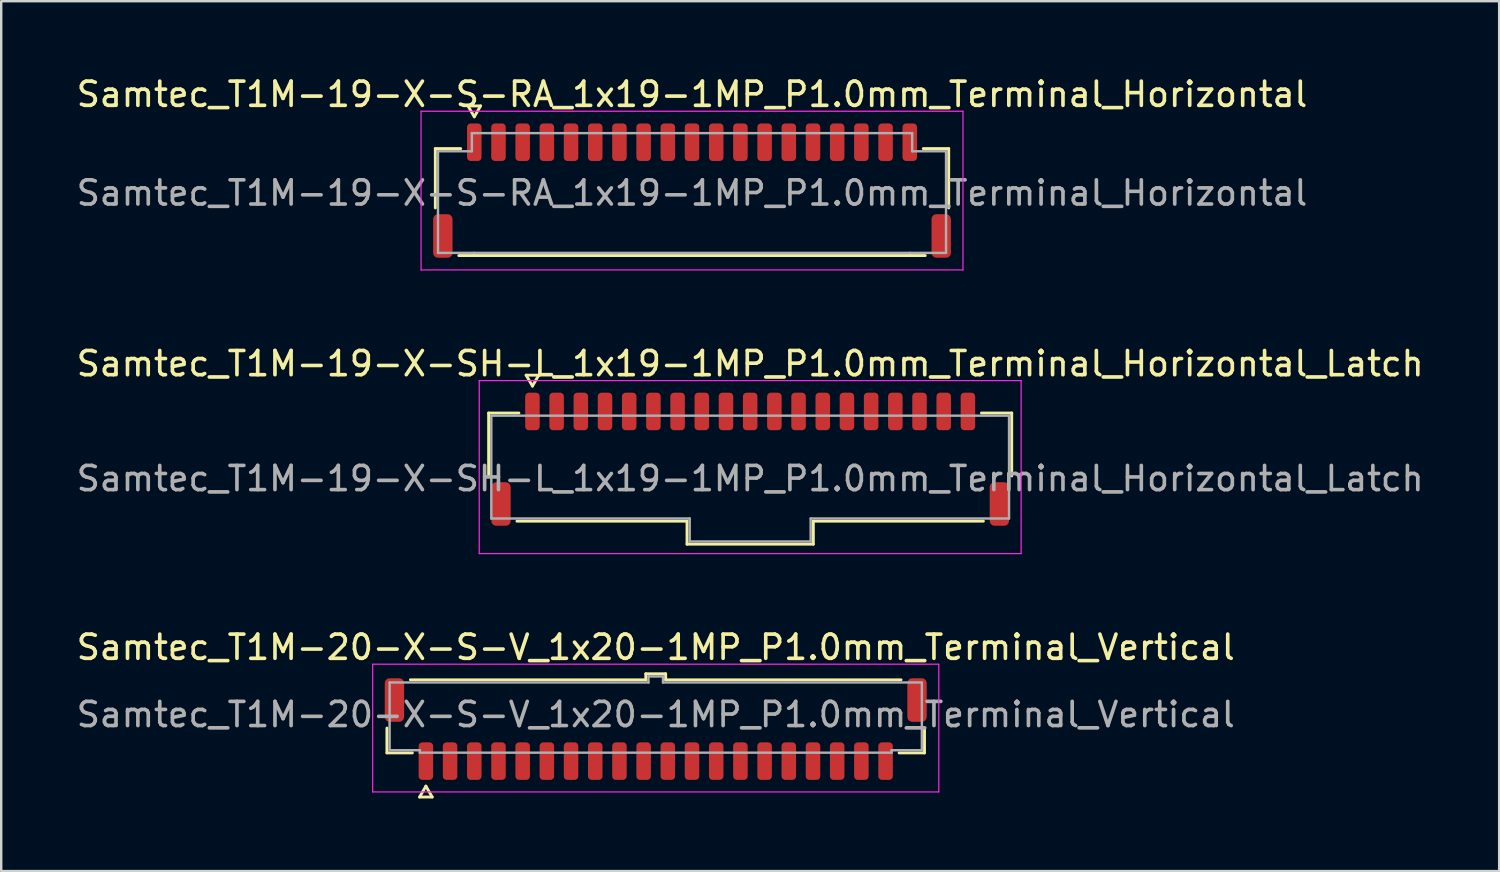
<source format=kicad_pcb>
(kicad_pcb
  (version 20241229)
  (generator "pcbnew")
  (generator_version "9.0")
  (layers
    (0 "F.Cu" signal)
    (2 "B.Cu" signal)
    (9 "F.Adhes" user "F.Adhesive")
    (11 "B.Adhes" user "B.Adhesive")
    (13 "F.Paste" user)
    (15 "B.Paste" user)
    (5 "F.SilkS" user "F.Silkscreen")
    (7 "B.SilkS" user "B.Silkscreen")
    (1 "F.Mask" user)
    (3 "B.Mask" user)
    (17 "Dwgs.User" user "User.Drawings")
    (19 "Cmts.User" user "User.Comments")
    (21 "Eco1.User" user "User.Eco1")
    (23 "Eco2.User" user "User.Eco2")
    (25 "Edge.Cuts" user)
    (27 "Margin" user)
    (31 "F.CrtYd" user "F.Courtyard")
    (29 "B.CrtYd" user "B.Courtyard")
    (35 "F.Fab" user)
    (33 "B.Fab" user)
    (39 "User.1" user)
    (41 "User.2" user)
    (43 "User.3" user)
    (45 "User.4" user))
  (footprint "Samtec_T1M-20-X-S-V_1x20-1MP_P1.0mm_Terminal_Vertical"
    (layer "F.Cu")
    (at 24.054 26.485)
    (property "Reference" "Samtec_T1M-20-X-S-V_1x20-1MP_P1.0mm_Terminal_Vertical" (at 0 -2.78 0) (layer "F.SilkS") (effects (font (size 1 1) (thickness 0.15))))
    (attr smd)
    (fp_line (start -11.11 1.585) (end -11.11 0.56) (stroke (width 0.12) (type solid)) (layer "F.SilkS"))
    (fp_line (start -10.14 -1.435) (end -0.41 -1.435) (stroke (width 0.12) (type solid)) (layer "F.SilkS"))
    (fp_line (start -10.06 1.585) (end -11.11 1.585) (stroke (width 0.12) (type solid)) (layer "F.SilkS"))
    (fp_line (start -9.76 3.41) (end -9.5 2.96) (stroke (width 0.12) (type solid)) (layer "F.SilkS"))
    (fp_line (start -9.5 2.96) (end -9.24 3.41) (stroke (width 0.12) (type solid)) (layer "F.SilkS"))
    (fp_line (start -9.24 3.41) (end -9.76 3.41) (stroke (width 0.12) (type solid)) (layer "F.SilkS"))
    (fp_line (start -0.41 -1.685) (end 0.41 -1.685) (stroke (width 0.12) (type solid)) (layer "F.SilkS"))
    (fp_line (start -0.41 -1.435) (end -0.41 -1.685) (stroke (width 0.12) (type solid)) (layer "F.SilkS"))
    (fp_line (start 0.41 -1.685) (end 0.41 -1.435) (stroke (width 0.12) (type solid)) (layer "F.SilkS"))
    (fp_line (start 0.41 -1.435) (end 10.14 -1.435) (stroke (width 0.12) (type solid)) (layer "F.SilkS"))
    (fp_line (start 11.11 0.56) (end 11.11 1.585) (stroke (width 0.12) (type solid)) (layer "F.SilkS"))
    (fp_line (start 11.11 1.585) (end 10.06 1.585) (stroke (width 0.12) (type solid)) (layer "F.SilkS"))
    (fp_line (start -11.7 -2.08) (end -11.7 3.2) (stroke (width 0.05) (type solid)) (layer "F.CrtYd"))
    (fp_line (start -11.7 3.2) (end 11.7 3.2) (stroke (width 0.05) (type solid)) (layer "F.CrtYd"))
    (fp_line (start 11.7 -2.08) (end -11.7 -2.08) (stroke (width 0.05) (type solid)) (layer "F.CrtYd"))
    (fp_line (start 11.7 3.2) (end 11.7 -2.08) (stroke (width 0.05) (type solid)) (layer "F.CrtYd"))
    (fp_line (start -11 -1.325) (end -0.3 -1.325) (stroke (width 0.1) (type solid)) (layer "F.Fab"))
    (fp_line (start -11 1.475) (end -11 -1.325) (stroke (width 0.1) (type solid)) (layer "F.Fab"))
    (fp_line (start -9.75 1.475) (end -11 1.475) (stroke (width 0.1) (type solid)) (layer "F.Fab"))
    (fp_line (start -9.75 1.575) (end -9.75 1.475) (stroke (width 0.1) (type solid)) (layer "F.Fab"))
    (fp_line (start -0.3 -1.575) (end 0.3 -1.575) (stroke (width 0.1) (type solid)) (layer "F.Fab"))
    (fp_line (start -0.3 -1.325) (end -0.3 -1.575) (stroke (width 0.1) (type solid)) (layer "F.Fab"))
    (fp_line (start 0.3 -1.575) (end 0.3 -1.325) (stroke (width 0.1) (type solid)) (layer "F.Fab"))
    (fp_line (start 0.3 -1.325) (end 11 -1.325) (stroke (width 0.1) (type solid)) (layer "F.Fab"))
    (fp_line (start 9.75 1.475) (end 9.75 1.575) (stroke (width 0.1) (type solid)) (layer "F.Fab"))
    (fp_line (start 9.75 1.575) (end -9.75 1.575) (stroke (width 0.1) (type solid)) (layer "F.Fab"))
    (fp_line (start 11 -1.325) (end 11 1.475) (stroke (width 0.1) (type solid)) (layer "F.Fab"))
    (fp_line (start 11 1.475) (end 9.75 1.475) (stroke (width 0.1) (type solid)) (layer "F.Fab"))
    (fp_text user "${REFERENCE}" (at 0 0 0) (layer "F.Fab") (effects (font (size 1 1) (thickness 0.15))))
    (pad "1" smd roundrect (at -9.5 1.925) (size 0.6 1.55) (layers "F.Cu" "F.Mask" "F.Paste") (roundrect_rratio 0.25))
    (pad "2" smd roundrect (at -8.5 1.925) (size 0.6 1.55) (layers "F.Cu" "F.Mask" "F.Paste") (roundrect_rratio 0.25))
    (pad "3" smd roundrect (at -7.5 1.925) (size 0.6 1.55) (layers "F.Cu" "F.Mask" "F.Paste") (roundrect_rratio 0.25))
    (pad "4" smd roundrect (at -6.5 1.925) (size 0.6 1.55) (layers "F.Cu" "F.Mask" "F.Paste") (roundrect_rratio 0.25))
    (pad "5" smd roundrect (at -5.5 1.925) (size 0.6 1.55) (layers "F.Cu" "F.Mask" "F.Paste") (roundrect_rratio 0.25))
    (pad "6" smd roundrect (at -4.5 1.925) (size 0.6 1.55) (layers "F.Cu" "F.Mask" "F.Paste") (roundrect_rratio 0.25))
    (pad "7" smd roundrect (at -3.5 1.925) (size 0.6 1.55) (layers "F.Cu" "F.Mask" "F.Paste") (roundrect_rratio 0.25))
    (pad "8" smd roundrect (at -2.5 1.925) (size 0.6 1.55) (layers "F.Cu" "F.Mask" "F.Paste") (roundrect_rratio 0.25))
    (pad "9" smd roundrect (at -1.5 1.925) (size 0.6 1.55) (layers "F.Cu" "F.Mask" "F.Paste") (roundrect_rratio 0.25))
    (pad "10" smd roundrect (at -0.5 1.925) (size 0.6 1.55) (layers "F.Cu" "F.Mask" "F.Paste") (roundrect_rratio 0.25))
    (pad "11" smd roundrect (at 0.5 1.925) (size 0.6 1.55) (layers "F.Cu" "F.Mask" "F.Paste") (roundrect_rratio 0.25))
    (pad "12" smd roundrect (at 1.5 1.925) (size 0.6 1.55) (layers "F.Cu" "F.Mask" "F.Paste") (roundrect_rratio 0.25))
    (pad "13" smd roundrect (at 2.5 1.925) (size 0.6 1.55) (layers "F.Cu" "F.Mask" "F.Paste") (roundrect_rratio 0.25))
    (pad "14" smd roundrect (at 3.5 1.925) (size 0.6 1.55) (layers "F.Cu" "F.Mask" "F.Paste") (roundrect_rratio 0.25))
    (pad "15" smd roundrect (at 4.5 1.925) (size 0.6 1.55) (layers "F.Cu" "F.Mask" "F.Paste") (roundrect_rratio 0.25))
    (pad "16" smd roundrect (at 5.5 1.925) (size 0.6 1.55) (layers "F.Cu" "F.Mask" "F.Paste") (roundrect_rratio 0.25))
    (pad "17" smd roundrect (at 6.5 1.925) (size 0.6 1.55) (layers "F.Cu" "F.Mask" "F.Paste") (roundrect_rratio 0.25))
    (pad "18" smd roundrect (at 7.5 1.925) (size 0.6 1.55) (layers "F.Cu" "F.Mask" "F.Paste") (roundrect_rratio 0.25))
    (pad "19" smd roundrect (at 8.5 1.925) (size 0.6 1.55) (layers "F.Cu" "F.Mask" "F.Paste") (roundrect_rratio 0.25))
    (pad "20" smd roundrect (at 9.5 1.925) (size 0.6 1.55) (layers "F.Cu" "F.Mask" "F.Paste") (roundrect_rratio 0.25))
    (pad "MP" smd roundrect (at -10.8 -0.6) (size 0.8 1.8) (layers "F.Cu" "F.Mask" "F.Paste") (roundrect_rratio 0.25))
    (pad "MP" smd roundrect (at 10.8 -0.6) (size 0.8 1.8) (layers "F.Cu" "F.Mask" "F.Paste") (roundrect_rratio 0.25)))
  (footprint "Samtec_T1M-19-X-SH-L_1x19-1MP_P1.0mm_Terminal_Horizontal_Latch"
    (layer "F.Cu")
    (at 27.958 16.732)
    (property "Reference" "Samtec_T1M-19-X-SH-L_1x19-1MP_P1.0mm_Terminal_Horizontal_Latch" (at 0 -4.75 0) (layer "F.SilkS") (effects (font (size 1 1) (thickness 0.15))))
    (attr smd)
    (fp_line (start -10.81 -2.71) (end -9.56 -2.71) (stroke (width 0.12) (type solid)) (layer "F.SilkS"))
    (fp_line (start -10.81 -0.11) (end -10.81 -2.71) (stroke (width 0.12) (type solid)) (layer "F.SilkS"))
    (fp_line (start -9.26 -4.275) (end -9 -3.825) (stroke (width 0.12) (type solid)) (layer "F.SilkS"))
    (fp_line (start -9 -3.825) (end -8.74 -4.275) (stroke (width 0.12) (type solid)) (layer "F.SilkS"))
    (fp_line (start -8.74 -4.275) (end -9.26 -4.275) (stroke (width 0.12) (type solid)) (layer "F.SilkS"))
    (fp_line (start -2.61 1.76) (end -9.64 1.76) (stroke (width 0.12) (type solid)) (layer "F.SilkS"))
    (fp_line (start -2.61 2.71) (end -2.61 1.76) (stroke (width 0.12) (type solid)) (layer "F.SilkS"))
    (fp_line (start 2.61 1.76) (end 2.61 2.71) (stroke (width 0.12) (type solid)) (layer "F.SilkS"))
    (fp_line (start 2.61 2.71) (end -2.61 2.71) (stroke (width 0.12) (type solid)) (layer "F.SilkS"))
    (fp_line (start 9.56 -2.71) (end 10.81 -2.71) (stroke (width 0.12) (type solid)) (layer "F.SilkS"))
    (fp_line (start 9.64 1.76) (end 2.61 1.76) (stroke (width 0.12) (type solid)) (layer "F.SilkS"))
    (fp_line (start 10.81 -2.71) (end 10.81 -0.11) (stroke (width 0.12) (type solid)) (layer "F.SilkS"))
    (fp_line (start -11.2 -4.05) (end -11.2 3.1) (stroke (width 0.05) (type solid)) (layer "F.CrtYd"))
    (fp_line (start -11.2 3.1) (end 11.2 3.1) (stroke (width 0.05) (type solid)) (layer "F.CrtYd"))
    (fp_line (start 11.2 -4.05) (end -11.2 -4.05) (stroke (width 0.05) (type solid)) (layer "F.CrtYd"))
    (fp_line (start 11.2 3.1) (end 11.2 -4.05) (stroke (width 0.05) (type solid)) (layer "F.CrtYd"))
    (fp_line (start -10.7 -2.6) (end 10.7 -2.6) (stroke (width 0.1) (type solid)) (layer "F.Fab"))
    (fp_line (start -10.7 1.65) (end -10.7 -2.6) (stroke (width 0.1) (type solid)) (layer "F.Fab"))
    (fp_line (start -2.5 1.65) (end -10.7 1.65) (stroke (width 0.1) (type solid)) (layer "F.Fab"))
    (fp_line (start -2.5 2.6) (end -2.5 1.65) (stroke (width 0.1) (type solid)) (layer "F.Fab"))
    (fp_line (start 2.5 1.65) (end 2.5 2.6) (stroke (width 0.1) (type solid)) (layer "F.Fab"))
    (fp_line (start 2.5 2.6) (end -2.5 2.6) (stroke (width 0.1) (type solid)) (layer "F.Fab"))
    (fp_line (start 10.7 -2.6) (end 10.7 1.65) (stroke (width 0.1) (type solid)) (layer "F.Fab"))
    (fp_line (start 10.7 1.65) (end 2.5 1.65) (stroke (width 0.1) (type solid)) (layer "F.Fab"))
    (fp_text user "${REFERENCE}" (at 0 0 0) (layer "F.Fab") (effects (font (size 1 1) (thickness 0.15))))
    (pad "1" smd roundrect (at -9 -2.775) (size 0.6 1.55) (layers "F.Cu" "F.Mask" "F.Paste") (roundrect_rratio 0.25))
    (pad "2" smd roundrect (at -8 -2.775) (size 0.6 1.55) (layers "F.Cu" "F.Mask" "F.Paste") (roundrect_rratio 0.25))
    (pad "3" smd roundrect (at -7 -2.775) (size 0.6 1.55) (layers "F.Cu" "F.Mask" "F.Paste") (roundrect_rratio 0.25))
    (pad "4" smd roundrect (at -6 -2.775) (size 0.6 1.55) (layers "F.Cu" "F.Mask" "F.Paste") (roundrect_rratio 0.25))
    (pad "5" smd roundrect (at -5 -2.775) (size 0.6 1.55) (layers "F.Cu" "F.Mask" "F.Paste") (roundrect_rratio 0.25))
    (pad "6" smd roundrect (at -4 -2.775) (size 0.6 1.55) (layers "F.Cu" "F.Mask" "F.Paste") (roundrect_rratio 0.25))
    (pad "7" smd roundrect (at -3 -2.775) (size 0.6 1.55) (layers "F.Cu" "F.Mask" "F.Paste") (roundrect_rratio 0.25))
    (pad "8" smd roundrect (at -2 -2.775) (size 0.6 1.55) (layers "F.Cu" "F.Mask" "F.Paste") (roundrect_rratio 0.25))
    (pad "9" smd roundrect (at -1 -2.775) (size 0.6 1.55) (layers "F.Cu" "F.Mask" "F.Paste") (roundrect_rratio 0.25))
    (pad "10" smd roundrect (at 0 -2.775) (size 0.6 1.55) (layers "F.Cu" "F.Mask" "F.Paste") (roundrect_rratio 0.25))
    (pad "11" smd roundrect (at 1 -2.775) (size 0.6 1.55) (layers "F.Cu" "F.Mask" "F.Paste") (roundrect_rratio 0.25))
    (pad "12" smd roundrect (at 2 -2.775) (size 0.6 1.55) (layers "F.Cu" "F.Mask" "F.Paste") (roundrect_rratio 0.25))
    (pad "13" smd roundrect (at 3 -2.775) (size 0.6 1.55) (layers "F.Cu" "F.Mask" "F.Paste") (roundrect_rratio 0.25))
    (pad "14" smd roundrect (at 4 -2.775) (size 0.6 1.55) (layers "F.Cu" "F.Mask" "F.Paste") (roundrect_rratio 0.25))
    (pad "15" smd roundrect (at 5 -2.775) (size 0.6 1.55) (layers "F.Cu" "F.Mask" "F.Paste") (roundrect_rratio 0.25))
    (pad "16" smd roundrect (at 6 -2.775) (size 0.6 1.55) (layers "F.Cu" "F.Mask" "F.Paste") (roundrect_rratio 0.25))
    (pad "17" smd roundrect (at 7 -2.775) (size 0.6 1.55) (layers "F.Cu" "F.Mask" "F.Paste") (roundrect_rratio 0.25))
    (pad "18" smd roundrect (at 8 -2.775) (size 0.6 1.55) (layers "F.Cu" "F.Mask" "F.Paste") (roundrect_rratio 0.25))
    (pad "19" smd roundrect (at 9 -2.775) (size 0.6 1.55) (layers "F.Cu" "F.Mask" "F.Paste") (roundrect_rratio 0.25))
    (pad "MP" smd roundrect (at -10.3 1.05) (size 0.8 1.8) (layers "F.Cu" "F.Mask" "F.Paste") (roundrect_rratio 0.25))
    (pad "MP" smd roundrect (at 10.3 1.05) (size 0.8 1.8) (layers "F.Cu" "F.Mask" "F.Paste") (roundrect_rratio 0.25)))
  (footprint "Samtec_T1M-19-X-S-RA_1x19-1MP_P1.0mm_Terminal_Horizontal"
    (layer "F.Cu")
    (at 25.554 4.928)
    (property "Reference" "Samtec_T1M-19-X-S-RA_1x19-1MP_P1.0mm_Terminal_Horizontal" (at 0 -4.08 0) (layer "F.SilkS") (effects (font (size 1 1) (thickness 0.15))))
    (attr smd)
    (fp_line (start -10.61 -1.835) (end -9.56 -1.835) (stroke (width 0.12) (type solid)) (layer "F.SilkS"))
    (fp_line (start -10.61 0.615) (end -10.61 -1.835) (stroke (width 0.12) (type solid)) (layer "F.SilkS"))
    (fp_line (start -9.26 -3.6) (end -9 -3.15) (stroke (width 0.12) (type solid)) (layer "F.SilkS"))
    (fp_line (start -9 -3.15) (end -8.74 -3.6) (stroke (width 0.12) (type solid)) (layer "F.SilkS"))
    (fp_line (start -9 2.585) (end -9.64 2.585) (stroke (width 0.12) (type solid)) (layer "F.SilkS"))
    (fp_line (start -8.74 -3.6) (end -9.26 -3.6) (stroke (width 0.12) (type solid)) (layer "F.SilkS"))
    (fp_line (start 9 2.585) (end -9 2.585) (stroke (width 0.12) (type solid)) (layer "F.SilkS"))
    (fp_line (start 9.56 -1.835) (end 10.61 -1.835) (stroke (width 0.12) (type solid)) (layer "F.SilkS"))
    (fp_line (start 9.64 2.585) (end 9 2.585) (stroke (width 0.12) (type solid)) (layer "F.SilkS"))
    (fp_line (start 10.61 -1.835) (end 10.61 0.615) (stroke (width 0.12) (type solid)) (layer "F.SilkS"))
    (fp_line (start -11.2 -3.38) (end -11.2 3.18) (stroke (width 0.05) (type solid)) (layer "F.CrtYd"))
    (fp_line (start -11.2 3.18) (end 11.2 3.18) (stroke (width 0.05) (type solid)) (layer "F.CrtYd"))
    (fp_line (start 11.2 -3.38) (end -11.2 -3.38) (stroke (width 0.05) (type solid)) (layer "F.CrtYd"))
    (fp_line (start 11.2 3.18) (end 11.2 -3.38) (stroke (width 0.05) (type solid)) (layer "F.CrtYd"))
    (fp_line (start -10.5 -1.725) (end -9.1 -1.725) (stroke (width 0.1) (type solid)) (layer "F.Fab"))
    (fp_line (start -10.5 2.475) (end -10.5 -1.725) (stroke (width 0.1) (type solid)) (layer "F.Fab"))
    (fp_line (start -9.1 -2.475) (end -9 -2.475) (stroke (width 0.1) (type solid)) (layer "F.Fab"))
    (fp_line (start -9.1 -1.725) (end -9.1 -2.475) (stroke (width 0.1) (type solid)) (layer "F.Fab"))
    (fp_line (start -9 -2.475) (end 9 -2.475) (stroke (width 0.1) (type solid)) (layer "F.Fab"))
    (fp_line (start -9 2.475) (end -10.5 2.475) (stroke (width 0.1) (type solid)) (layer "F.Fab"))
    (fp_line (start 9 -2.475) (end 9.1 -2.475) (stroke (width 0.1) (type solid)) (layer "F.Fab"))
    (fp_line (start 9 2.475) (end -9 2.475) (stroke (width 0.1) (type solid)) (layer "F.Fab"))
    (fp_line (start 9.1 -2.475) (end 9.1 -1.725) (stroke (width 0.1) (type solid)) (layer "F.Fab"))
    (fp_line (start 9.1 -1.725) (end 10.5 -1.725) (stroke (width 0.1) (type solid)) (layer "F.Fab"))
    (fp_line (start 10.5 -1.725) (end 10.5 2.475) (stroke (width 0.1) (type solid)) (layer "F.Fab"))
    (fp_line (start 10.5 2.475) (end 9 2.475) (stroke (width 0.1) (type solid)) (layer "F.Fab"))
    (fp_text user "${REFERENCE}" (at 0 0 0) (layer "F.Fab") (effects (font (size 1 1) (thickness 0.15))))
    (pad "1" smd roundrect (at -9 -2.1) (size 0.6 1.55) (layers "F.Cu" "F.Mask" "F.Paste") (roundrect_rratio 0.25))
    (pad "2" smd roundrect (at -8 -2.1) (size 0.6 1.55) (layers "F.Cu" "F.Mask" "F.Paste") (roundrect_rratio 0.25))
    (pad "3" smd roundrect (at -7 -2.1) (size 0.6 1.55) (layers "F.Cu" "F.Mask" "F.Paste") (roundrect_rratio 0.25))
    (pad "4" smd roundrect (at -6 -2.1) (size 0.6 1.55) (layers "F.Cu" "F.Mask" "F.Paste") (roundrect_rratio 0.25))
    (pad "5" smd roundrect (at -5 -2.1) (size 0.6 1.55) (layers "F.Cu" "F.Mask" "F.Paste") (roundrect_rratio 0.25))
    (pad "6" smd roundrect (at -4 -2.1) (size 0.6 1.55) (layers "F.Cu" "F.Mask" "F.Paste") (roundrect_rratio 0.25))
    (pad "7" smd roundrect (at -3 -2.1) (size 0.6 1.55) (layers "F.Cu" "F.Mask" "F.Paste") (roundrect_rratio 0.25))
    (pad "8" smd roundrect (at -2 -2.1) (size 0.6 1.55) (layers "F.Cu" "F.Mask" "F.Paste") (roundrect_rratio 0.25))
    (pad "9" smd roundrect (at -1 -2.1) (size 0.6 1.55) (layers "F.Cu" "F.Mask" "F.Paste") (roundrect_rratio 0.25))
    (pad "10" smd roundrect (at 0 -2.1) (size 0.6 1.55) (layers "F.Cu" "F.Mask" "F.Paste") (roundrect_rratio 0.25))
    (pad "11" smd roundrect (at 1 -2.1) (size 0.6 1.55) (layers "F.Cu" "F.Mask" "F.Paste") (roundrect_rratio 0.25))
    (pad "12" smd roundrect (at 2 -2.1) (size 0.6 1.55) (layers "F.Cu" "F.Mask" "F.Paste") (roundrect_rratio 0.25))
    (pad "13" smd roundrect (at 3 -2.1) (size 0.6 1.55) (layers "F.Cu" "F.Mask" "F.Paste") (roundrect_rratio 0.25))
    (pad "14" smd roundrect (at 4 -2.1) (size 0.6 1.55) (layers "F.Cu" "F.Mask" "F.Paste") (roundrect_rratio 0.25))
    (pad "15" smd roundrect (at 5 -2.1) (size 0.6 1.55) (layers "F.Cu" "F.Mask" "F.Paste") (roundrect_rratio 0.25))
    (pad "16" smd roundrect (at 6 -2.1) (size 0.6 1.55) (layers "F.Cu" "F.Mask" "F.Paste") (roundrect_rratio 0.25))
    (pad "17" smd roundrect (at 7 -2.1) (size 0.6 1.55) (layers "F.Cu" "F.Mask" "F.Paste") (roundrect_rratio 0.25))
    (pad "18" smd roundrect (at 8 -2.1) (size 0.6 1.55) (layers "F.Cu" "F.Mask" "F.Paste") (roundrect_rratio 0.25))
    (pad "19" smd roundrect (at 9 -2.1) (size 0.6 1.55) (layers "F.Cu" "F.Mask" "F.Paste") (roundrect_rratio 0.25))
    (pad "MP" smd roundrect (at -10.3 1.775) (size 0.8 1.8) (layers "F.Cu" "F.Mask" "F.Paste") (roundrect_rratio 0.25))
    (pad "MP" smd roundrect (at 10.3 1.775) (size 0.8 1.8) (layers "F.Cu" "F.Mask" "F.Paste") (roundrect_rratio 0.25)))
  (gr_rect
    (start -3 -3)
    (end 58.917 32.955)
    (stroke (width 0.1) (type default))
    (fill no)
    (layer "Edge.Cuts")))
</source>
